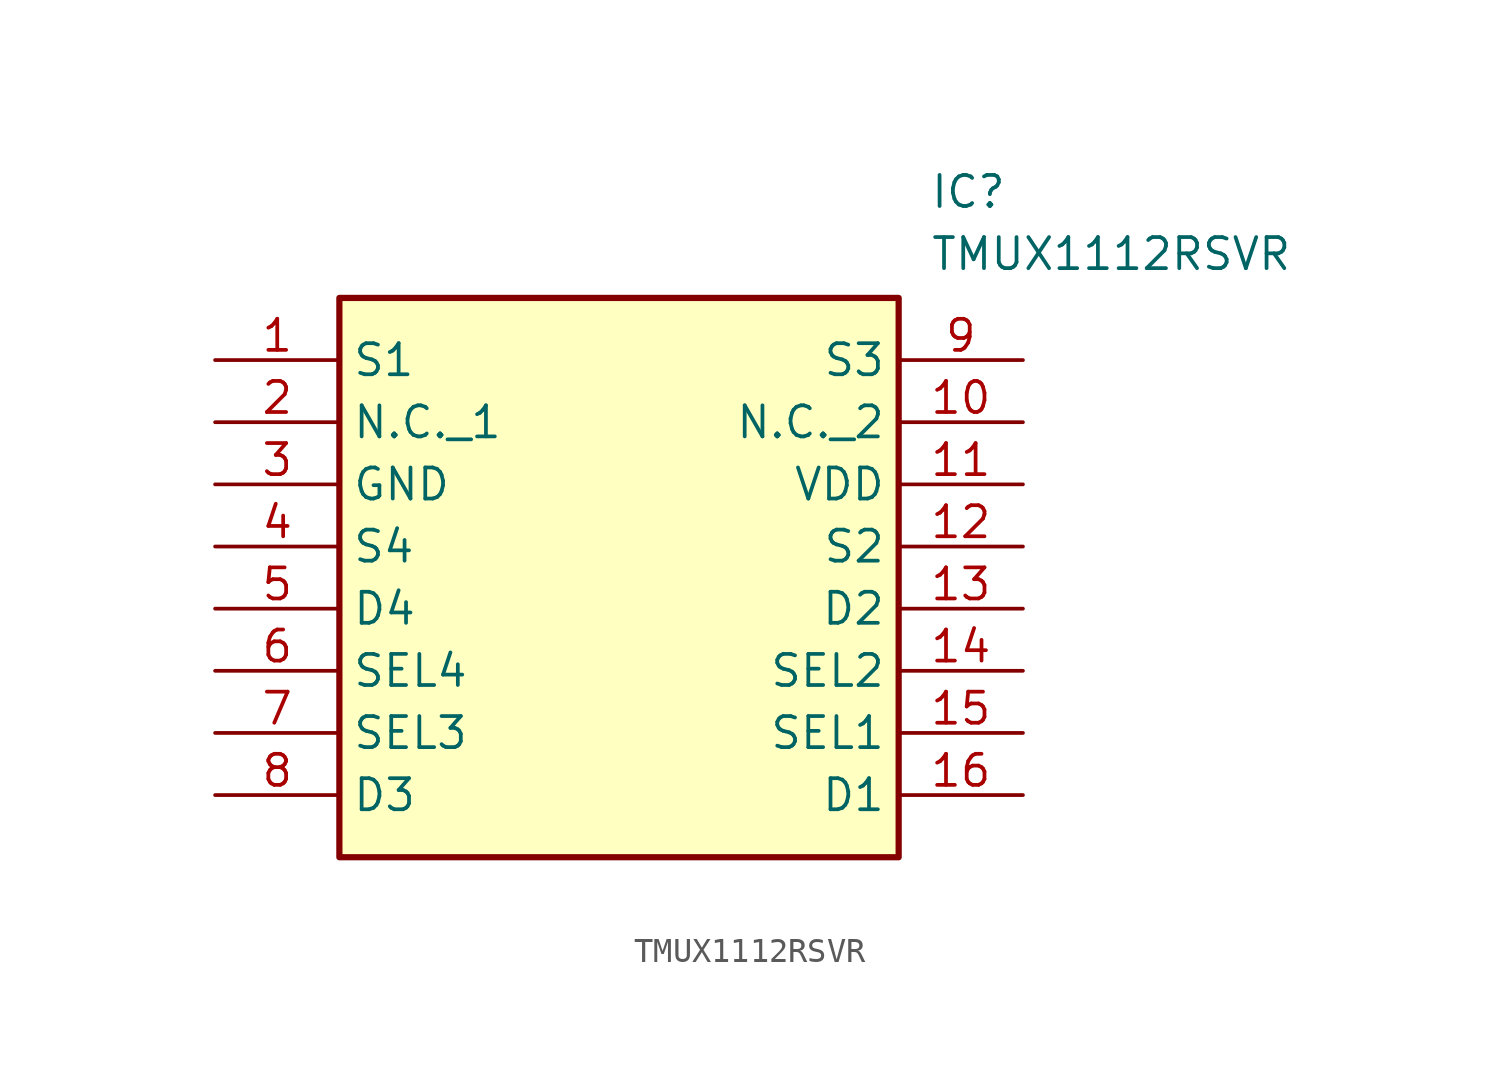
<source format=kicad_sym>
(kicad_symbol_lib
  (version 20211014)
  (generator SamacSys_ECAD_Model)
  (symbol "TMUX1112RSVR"
    (property "Reference" "IC"
      (at 29.21 7.62 0)
      (effects (font (size 1.27 1.27)) (justify left top)))
    (property "Value" "TMUX1112RSVR"
      (at 29.21 5.08 0)
      (effects (font (size 1.27 1.27)) (justify left top)))
    (rectangle
      (start 5.08 2.54)
      (end 27.94 -20.32)
      (stroke (width 0.254) (type default))
      (fill (type background)))
    (pin passive line
      (at 0 0 0)
      (length 5.08)
      (name "S1" (effects (font (size 1.27 1.27))))
      (number "1" (effects (font (size 1.27 1.27)))))
    (pin passive line
      (at 0 -2.54 0)
      (length 5.08)
      (name "N.C._1" (effects (font (size 1.27 1.27))))
      (number "2" (effects (font (size 1.27 1.27)))))
    (pin passive line
      (at 0 -5.08 0)
      (length 5.08)
      (name "GND" (effects (font (size 1.27 1.27))))
      (number "3" (effects (font (size 1.27 1.27)))))
    (pin passive line
      (at 0 -7.62 0)
      (length 5.08)
      (name "S4" (effects (font (size 1.27 1.27))))
      (number "4" (effects (font (size 1.27 1.27)))))
    (pin passive line
      (at 0 -10.16 0)
      (length 5.08)
      (name "D4" (effects (font (size 1.27 1.27))))
      (number "5" (effects (font (size 1.27 1.27)))))
    (pin passive line
      (at 0 -12.7 0)
      (length 5.08)
      (name "SEL4" (effects (font (size 1.27 1.27))))
      (number "6" (effects (font (size 1.27 1.27)))))
    (pin passive line
      (at 0 -15.24 0)
      (length 5.08)
      (name "SEL3" (effects (font (size 1.27 1.27))))
      (number "7" (effects (font (size 1.27 1.27)))))
    (pin passive line
      (at 0 -17.78 0)
      (length 5.08)
      (name "D3" (effects (font (size 1.27 1.27))))
      (number "8" (effects (font (size 1.27 1.27)))))
    (pin passive line
      (at 33.02 0 180)
      (length 5.08)
      (name "S3" (effects (font (size 1.27 1.27))))
      (number "9" (effects (font (size 1.27 1.27)))))
    (pin passive line
      (at 33.02 -2.54 180)
      (length 5.08)
      (name "N.C._2" (effects (font (size 1.27 1.27))))
      (number "10" (effects (font (size 1.27 1.27)))))
    (pin passive line
      (at 33.02 -5.08 180)
      (length 5.08)
      (name "VDD" (effects (font (size 1.27 1.27))))
      (number "11" (effects (font (size 1.27 1.27)))))
    (pin passive line
      (at 33.02 -7.62 180)
      (length 5.08)
      (name "S2" (effects (font (size 1.27 1.27))))
      (number "12" (effects (font (size 1.27 1.27)))))
    (pin passive line
      (at 33.02 -10.16 180)
      (length 5.08)
      (name "D2" (effects (font (size 1.27 1.27))))
      (number "13" (effects (font (size 1.27 1.27)))))
    (pin passive line
      (at 33.02 -12.7 180)
      (length 5.08)
      (name "SEL2" (effects (font (size 1.27 1.27))))
      (number "14" (effects (font (size 1.27 1.27)))))
    (pin passive line
      (at 33.02 -15.24 180)
      (length 5.08)
      (name "SEL1" (effects (font (size 1.27 1.27))))
      (number "15" (effects (font (size 1.27 1.27)))))
    (pin passive line
      (at 33.02 -17.78 180)
      (length 5.08)
      (name "D1" (effects (font (size 1.27 1.27))))
      (number "16" (effects (font (size 1.27 1.27)))))))
</source>
